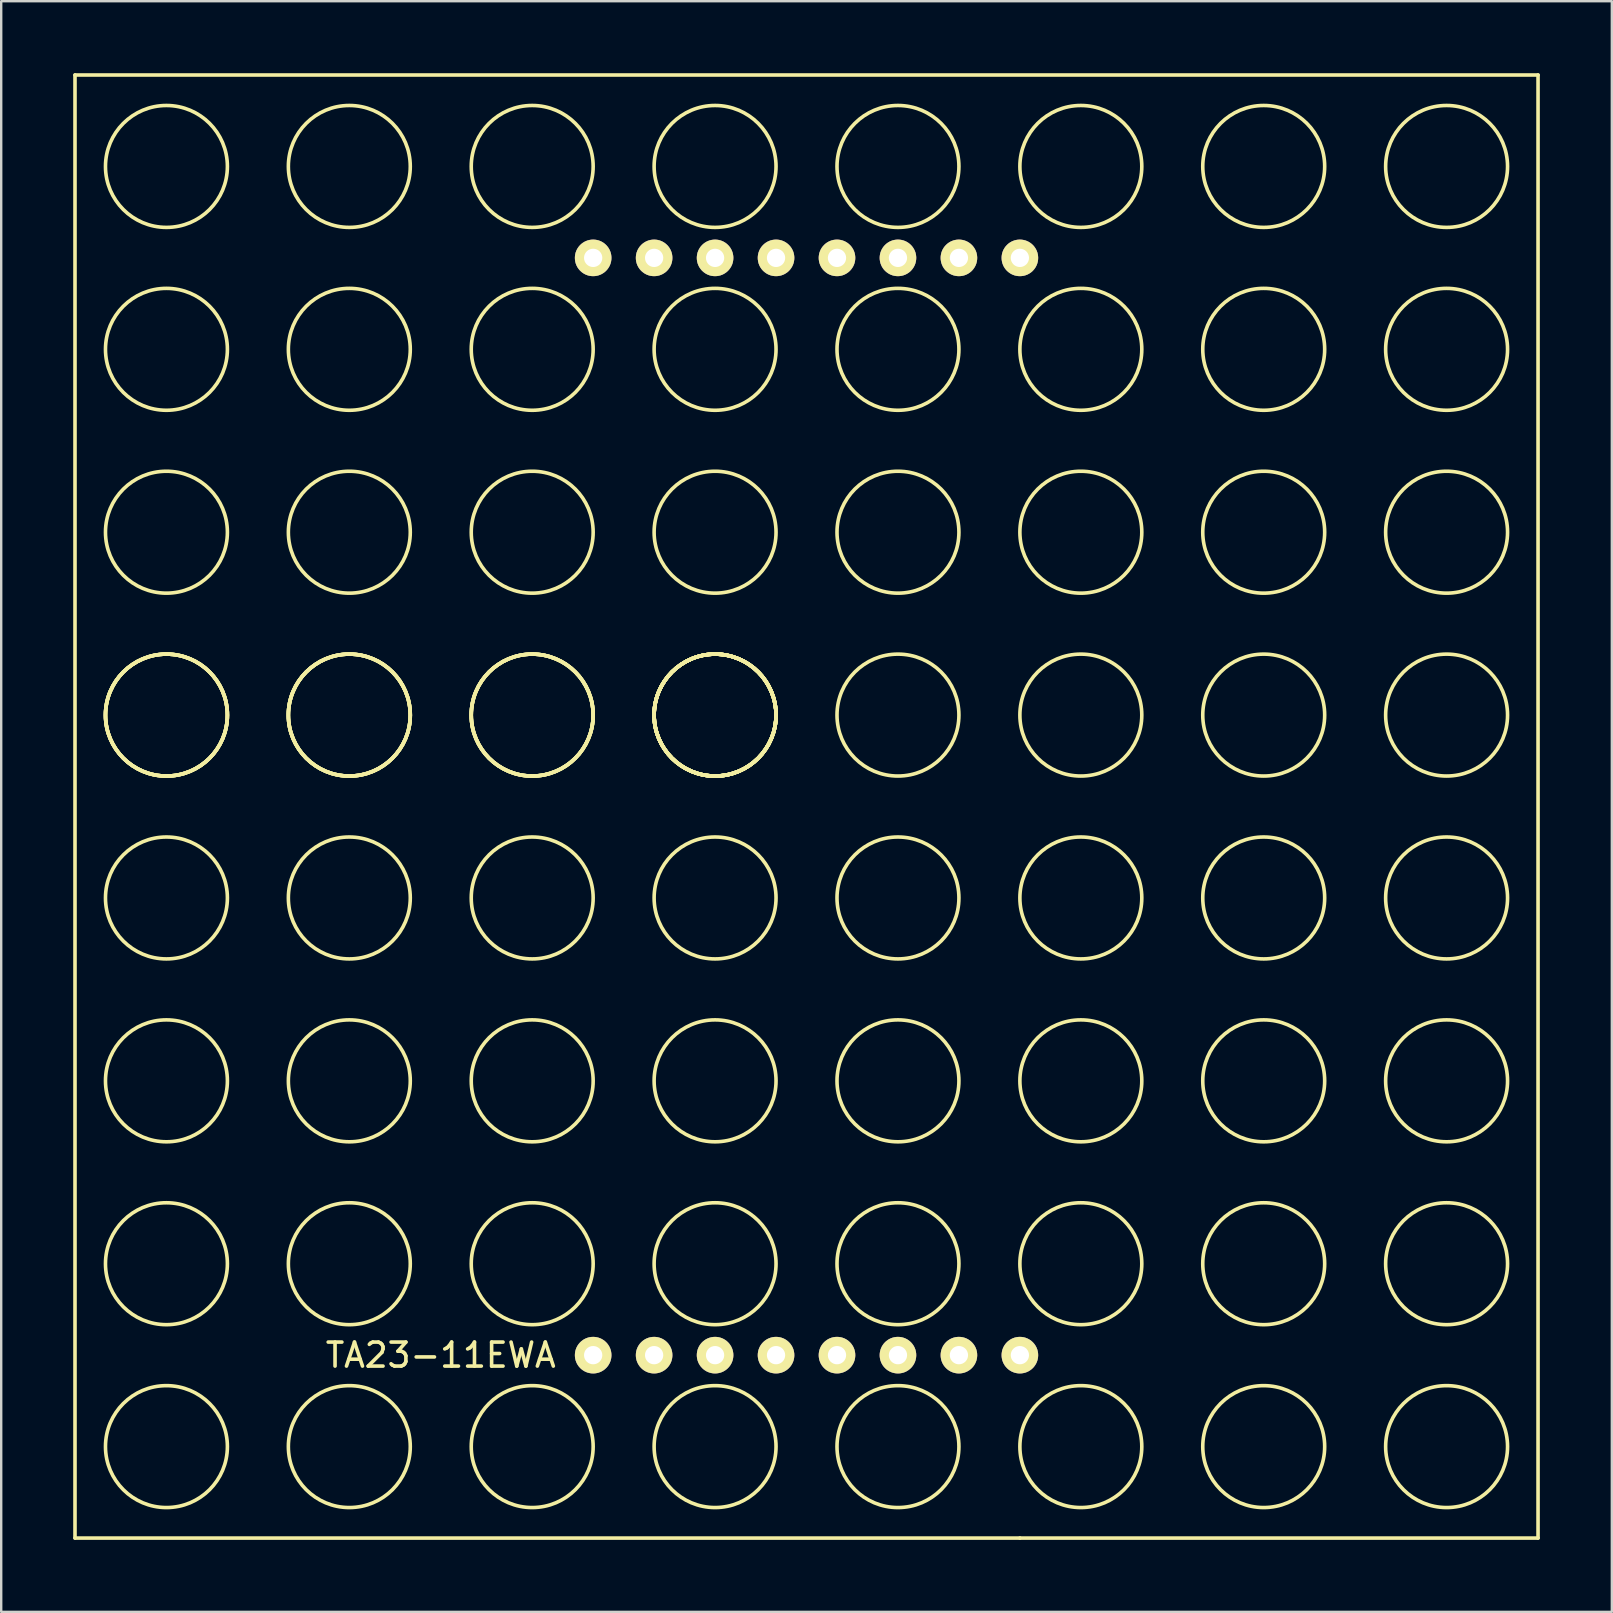
<source format=kicad_pcb>
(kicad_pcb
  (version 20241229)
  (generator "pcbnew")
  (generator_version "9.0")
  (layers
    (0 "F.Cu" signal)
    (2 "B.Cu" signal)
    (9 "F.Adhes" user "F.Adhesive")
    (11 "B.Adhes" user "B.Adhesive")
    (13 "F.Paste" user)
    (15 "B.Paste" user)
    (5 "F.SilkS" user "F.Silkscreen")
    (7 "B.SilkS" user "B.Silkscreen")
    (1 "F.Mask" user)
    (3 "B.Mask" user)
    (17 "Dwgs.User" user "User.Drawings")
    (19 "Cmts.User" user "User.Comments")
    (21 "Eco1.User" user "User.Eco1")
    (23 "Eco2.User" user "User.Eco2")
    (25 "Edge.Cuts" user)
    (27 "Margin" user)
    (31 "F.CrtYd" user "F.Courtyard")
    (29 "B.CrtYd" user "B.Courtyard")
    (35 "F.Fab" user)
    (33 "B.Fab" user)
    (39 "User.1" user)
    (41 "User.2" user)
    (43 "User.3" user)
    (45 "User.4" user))
  (footprint "TA23-11EWA"
    (layer "F.Cu")
    (at 30.555 30.555)
    (property "Reference" "TA23-11EWA" (at -15.24 22.86 0) (layer "F.SilkS") (effects (font (size 1 1) (thickness 0.15))))
    (attr through_hole)
    (fp_line (start -30.48 -30.48) (end 30.48 -30.48) (stroke (width 0.15) (type solid)) (layer "F.SilkS"))
    (fp_line (start -30.48 30.48) (end -30.48 -30.48) (stroke (width 0.15) (type solid)) (layer "F.SilkS"))
    (fp_line (start 8.89 30.48) (end -30.48 30.48) (stroke (width 0.15) (type solid)) (layer "F.SilkS"))
    (fp_line (start 30.48 -30.48) (end 30.48 30.48) (stroke (width 0.15) (type solid)) (layer "F.SilkS"))
    (fp_line (start 30.48 30.48) (end 8.89 30.48) (stroke (width 0.15) (type solid)) (layer "F.SilkS"))
    (fp_circle (center -26.67 -26.67) (end -26.67 -24.13) (stroke (width 0.15) (type solid)) (fill no) (layer "F.SilkS"))
    (fp_circle (center -26.67 -19.05) (end -26.67 -16.51) (stroke (width 0.15) (type solid)) (fill no) (layer "F.SilkS"))
    (fp_circle (center -26.67 -11.43) (end -26.67 -8.89) (stroke (width 0.15) (type solid)) (fill no) (layer "F.SilkS"))
    (fp_circle (center -26.67 -3.81) (end -29.21 -3.81) (stroke (width 0.15) (type solid)) (fill no) (layer "F.SilkS"))
    (fp_circle (center -26.67 -3.81) (end -29.21 -3.81) (stroke (width 0.15) (type solid)) (fill no) (layer "F.SilkS"))
    (fp_circle (center -26.67 -3.81) (end -29.21 -3.81) (stroke (width 0.15) (type solid)) (fill no) (layer "F.SilkS"))
    (fp_circle (center -26.67 -3.81) (end -29.21 -3.81) (stroke (width 0.15) (type solid)) (fill no) (layer "F.SilkS"))
    (fp_circle (center -26.67 3.81) (end -26.67 6.35) (stroke (width 0.15) (type solid)) (fill no) (layer "F.SilkS"))
    (fp_circle (center -26.67 11.43) (end -26.67 13.97) (stroke (width 0.15) (type solid)) (fill no) (layer "F.SilkS"))
    (fp_circle (center -26.67 19.05) (end -26.67 21.59) (stroke (width 0.15) (type solid)) (fill no) (layer "F.SilkS"))
    (fp_circle (center -26.67 26.67) (end -26.67 29.21) (stroke (width 0.15) (type solid)) (fill no) (layer "F.SilkS"))
    (fp_circle (center -19.05 -26.67) (end -19.05 -24.13) (stroke (width 0.15) (type solid)) (fill no) (layer "F.SilkS"))
    (fp_circle (center -19.05 -19.05) (end -19.05 -16.51) (stroke (width 0.15) (type solid)) (fill no) (layer "F.SilkS"))
    (fp_circle (center -19.05 -11.43) (end -19.05 -8.89) (stroke (width 0.15) (type solid)) (fill no) (layer "F.SilkS"))
    (fp_circle (center -19.05 -3.81) (end -21.59 -3.81) (stroke (width 0.15) (type solid)) (fill no) (layer "F.SilkS"))
    (fp_circle (center -19.05 -3.81) (end -21.59 -3.81) (stroke (width 0.15) (type solid)) (fill no) (layer "F.SilkS"))
    (fp_circle (center -19.05 -3.81) (end -21.59 -3.81) (stroke (width 0.15) (type solid)) (fill no) (layer "F.SilkS"))
    (fp_circle (center -19.05 -3.81) (end -21.59 -3.81) (stroke (width 0.15) (type solid)) (fill no) (layer "F.SilkS"))
    (fp_circle (center -19.05 3.81) (end -19.05 1.27) (stroke (width 0.15) (type solid)) (fill no) (layer "F.SilkS"))
    (fp_circle (center -19.05 11.43) (end -19.05 8.89) (stroke (width 0.15) (type solid)) (fill no) (layer "F.SilkS"))
    (fp_circle (center -19.05 19.05) (end -19.05 16.51) (stroke (width 0.15) (type solid)) (fill no) (layer "F.SilkS"))
    (fp_circle (center -19.05 26.67) (end -19.05 24.13) (stroke (width 0.15) (type solid)) (fill no) (layer "F.SilkS"))
    (fp_circle (center -11.43 -26.67) (end -11.43 -24.13) (stroke (width 0.15) (type solid)) (fill no) (layer "F.SilkS"))
    (fp_circle (center -11.43 -19.05) (end -11.43 -16.51) (stroke (width 0.15) (type solid)) (fill no) (layer "F.SilkS"))
    (fp_circle (center -11.43 -11.43) (end -11.43 -8.89) (stroke (width 0.15) (type solid)) (fill no) (layer "F.SilkS"))
    (fp_circle (center -11.43 -3.81) (end -8.89 -3.81) (stroke (width 0.15) (type solid)) (fill no) (layer "F.SilkS"))
    (fp_circle (center -11.43 -3.81) (end -8.89 -3.81) (stroke (width 0.15) (type solid)) (fill no) (layer "F.SilkS"))
    (fp_circle (center -11.43 -3.81) (end -8.89 -3.81) (stroke (width 0.15) (type solid)) (fill no) (layer "F.SilkS"))
    (fp_circle (center -11.43 -3.81) (end -8.89 -3.81) (stroke (width 0.15) (type solid)) (fill no) (layer "F.SilkS"))
    (fp_circle (center -11.43 3.81) (end -11.43 1.27) (stroke (width 0.15) (type solid)) (fill no) (layer "F.SilkS"))
    (fp_circle (center -11.43 11.43) (end -11.43 8.89) (stroke (width 0.15) (type solid)) (fill no) (layer "F.SilkS"))
    (fp_circle (center -11.43 19.05) (end -11.43 16.51) (stroke (width 0.15) (type solid)) (fill no) (layer "F.SilkS"))
    (fp_circle (center -11.43 26.67) (end -11.43 24.13) (stroke (width 0.15) (type solid)) (fill no) (layer "F.SilkS"))
    (fp_circle (center -3.81 -26.67) (end -3.81 -24.13) (stroke (width 0.15) (type solid)) (fill no) (layer "F.SilkS"))
    (fp_circle (center -3.81 -19.05) (end -3.81 -16.51) (stroke (width 0.15) (type solid)) (fill no) (layer "F.SilkS"))
    (fp_circle (center -3.81 -11.43) (end -3.81 -8.89) (stroke (width 0.15) (type solid)) (fill no) (layer "F.SilkS"))
    (fp_circle (center -3.81 -3.81) (end -6.35 -3.81) (stroke (width 0.15) (type solid)) (fill no) (layer "F.SilkS"))
    (fp_circle (center -3.81 -3.81) (end -6.35 -3.81) (stroke (width 0.15) (type solid)) (fill no) (layer "F.SilkS"))
    (fp_circle (center -3.81 -3.81) (end -6.35 -3.81) (stroke (width 0.15) (type solid)) (fill no) (layer "F.SilkS"))
    (fp_circle (center -3.81 -3.81) (end -6.35 -3.81) (stroke (width 0.15) (type solid)) (fill no) (layer "F.SilkS"))
    (fp_circle (center -3.81 -3.81) (end -6.35 -3.81) (stroke (width 0.15) (type solid)) (fill no) (layer "F.SilkS"))
    (fp_circle (center -3.81 -3.81) (end -6.35 -3.81) (stroke (width 0.15) (type solid)) (fill no) (layer "F.SilkS"))
    (fp_circle (center -3.81 -3.81) (end -6.35 -3.81) (stroke (width 0.15) (type solid)) (fill no) (layer "F.SilkS"))
    (fp_circle (center -3.81 -3.81) (end -6.35 -3.81) (stroke (width 0.15) (type solid)) (fill no) (layer "F.SilkS"))
    (fp_circle (center -3.81 3.81) (end -3.81 1.27) (stroke (width 0.15) (type solid)) (fill no) (layer "F.SilkS"))
    (fp_circle (center -3.81 11.43) (end -3.81 8.89) (stroke (width 0.15) (type solid)) (fill no) (layer "F.SilkS"))
    (fp_circle (center -3.81 19.05) (end -3.81 16.51) (stroke (width 0.15) (type solid)) (fill no) (layer "F.SilkS"))
    (fp_circle (center -3.81 26.67) (end -3.81 24.13) (stroke (width 0.15) (type solid)) (fill no) (layer "F.SilkS"))
    (fp_circle (center 3.81 -26.67) (end 3.81 -24.13) (stroke (width 0.15) (type solid)) (fill no) (layer "F.SilkS"))
    (fp_circle (center 3.81 -19.05) (end 3.81 -16.51) (stroke (width 0.15) (type solid)) (fill no) (layer "F.SilkS"))
    (fp_circle (center 3.81 -11.43) (end 3.81 -8.89) (stroke (width 0.15) (type solid)) (fill no) (layer "F.SilkS"))
    (fp_circle (center 3.81 -3.81) (end 3.81 -1.27) (stroke (width 0.15) (type solid)) (fill no) (layer "F.SilkS"))
    (fp_circle (center 3.81 3.81) (end 3.81 1.27) (stroke (width 0.15) (type solid)) (fill no) (layer "F.SilkS"))
    (fp_circle (center 3.81 11.43) (end 3.81 8.89) (stroke (width 0.15) (type solid)) (fill no) (layer "F.SilkS"))
    (fp_circle (center 3.81 19.05) (end 3.81 16.51) (stroke (width 0.15) (type solid)) (fill no) (layer "F.SilkS"))
    (fp_circle (center 3.81 26.67) (end 3.81 24.13) (stroke (width 0.15) (type solid)) (fill no) (layer "F.SilkS"))
    (fp_circle (center 11.43 -26.67) (end 11.43 -24.13) (stroke (width 0.15) (type solid)) (fill no) (layer "F.SilkS"))
    (fp_circle (center 11.43 -19.05) (end 11.43 -16.51) (stroke (width 0.15) (type solid)) (fill no) (layer "F.SilkS"))
    (fp_circle (center 11.43 -11.43) (end 11.43 -8.89) (stroke (width 0.15) (type solid)) (fill no) (layer "F.SilkS"))
    (fp_circle (center 11.43 -3.81) (end 11.43 -1.27) (stroke (width 0.15) (type solid)) (fill no) (layer "F.SilkS"))
    (fp_circle (center 11.43 3.81) (end 11.43 1.27) (stroke (width 0.15) (type solid)) (fill no) (layer "F.SilkS"))
    (fp_circle (center 11.43 11.43) (end 11.43 8.89) (stroke (width 0.15) (type solid)) (fill no) (layer "F.SilkS"))
    (fp_circle (center 11.43 19.05) (end 11.43 16.51) (stroke (width 0.15) (type solid)) (fill no) (layer "F.SilkS"))
    (fp_circle (center 11.43 26.67) (end 11.43 24.13) (stroke (width 0.15) (type solid)) (fill no) (layer "F.SilkS"))
    (fp_circle (center 19.05 -26.67) (end 19.05 -24.13) (stroke (width 0.15) (type solid)) (fill no) (layer "F.SilkS"))
    (fp_circle (center 19.05 -19.05) (end 19.05 -16.51) (stroke (width 0.15) (type solid)) (fill no) (layer "F.SilkS"))
    (fp_circle (center 19.05 -11.43) (end 19.05 -8.89) (stroke (width 0.15) (type solid)) (fill no) (layer "F.SilkS"))
    (fp_circle (center 19.05 -3.81) (end 19.05 -1.27) (stroke (width 0.15) (type solid)) (fill no) (layer "F.SilkS"))
    (fp_circle (center 19.05 3.81) (end 19.05 1.27) (stroke (width 0.15) (type solid)) (fill no) (layer "F.SilkS"))
    (fp_circle (center 19.05 11.43) (end 19.05 8.89) (stroke (width 0.15) (type solid)) (fill no) (layer "F.SilkS"))
    (fp_circle (center 19.05 19.05) (end 19.05 16.51) (stroke (width 0.15) (type solid)) (fill no) (layer "F.SilkS"))
    (fp_circle (center 19.05 26.67) (end 19.05 24.13) (stroke (width 0.15) (type solid)) (fill no) (layer "F.SilkS"))
    (fp_circle (center 26.67 -26.67) (end 26.67 -24.13) (stroke (width 0.15) (type solid)) (fill no) (layer "F.SilkS"))
    (fp_circle (center 26.67 -19.05) (end 26.67 -16.51) (stroke (width 0.15) (type solid)) (fill no) (layer "F.SilkS"))
    (fp_circle (center 26.67 -11.43) (end 26.67 -8.89) (stroke (width 0.15) (type solid)) (fill no) (layer "F.SilkS"))
    (fp_circle (center 26.67 -3.81) (end 26.67 -1.27) (stroke (width 0.15) (type solid)) (fill no) (layer "F.SilkS"))
    (fp_circle (center 26.67 3.81) (end 26.67 1.27) (stroke (width 0.15) (type solid)) (fill no) (layer "F.SilkS"))
    (fp_circle (center 26.67 11.43) (end 26.67 8.89) (stroke (width 0.15) (type solid)) (fill no) (layer "F.SilkS"))
    (fp_circle (center 26.67 19.05) (end 26.67 16.51) (stroke (width 0.15) (type solid)) (fill no) (layer "F.SilkS"))
    (fp_circle (center 26.67 26.67) (end 26.67 24.13) (stroke (width 0.15) (type solid)) (fill no) (layer "F.SilkS"))
    (pad "1" thru_hole circle (at -8.89 22.86) (size 1.524 1.524) (drill 0.762) (layers "*.Cu" "*.Mask" "F.SilkS"))
    (pad "2" thru_hole circle (at -6.35 22.86) (size 1.524 1.524) (drill 0.762) (layers "*.Cu" "*.Mask" "F.SilkS"))
    (pad "3" thru_hole circle (at -3.81 22.86) (size 1.524 1.524) (drill 0.762) (layers "*.Cu" "*.Mask" "F.SilkS"))
    (pad "4" thru_hole circle (at -1.27 22.86) (size 1.524 1.524) (drill 0.762) (layers "*.Cu" "*.Mask" "F.SilkS"))
    (pad "5" thru_hole circle (at 1.27 22.86) (size 1.524 1.524) (drill 0.762) (layers "*.Cu" "*.Mask" "F.SilkS"))
    (pad "6" thru_hole circle (at 3.81 22.86) (size 1.524 1.524) (drill 0.762) (layers "*.Cu" "*.Mask" "F.SilkS"))
    (pad "7" thru_hole circle (at 6.35 22.86) (size 1.524 1.524) (drill 0.762) (layers "*.Cu" "*.Mask" "F.SilkS"))
    (pad "8" thru_hole circle (at 8.89 22.86) (size 1.524 1.524) (drill 0.762) (layers "*.Cu" "*.Mask" "F.SilkS"))
    (pad "9" thru_hole circle (at 8.89 -22.86) (size 1.524 1.524) (drill 0.762) (layers "*.Cu" "*.Mask" "F.SilkS"))
    (pad "10" thru_hole circle (at 6.35 -22.86) (size 1.524 1.524) (drill 0.762) (layers "*.Cu" "*.Mask" "F.SilkS"))
    (pad "11" thru_hole circle (at 3.81 -22.86) (size 1.524 1.524) (drill 0.762) (layers "*.Cu" "*.Mask" "F.SilkS"))
    (pad "12" thru_hole circle (at 1.27 -22.86) (size 1.524 1.524) (drill 0.762) (layers "*.Cu" "*.Mask" "F.SilkS"))
    (pad "13" thru_hole circle (at -1.27 -22.86) (size 1.524 1.524) (drill 0.762) (layers "*.Cu" "*.Mask" "F.SilkS"))
    (pad "14" thru_hole circle (at -3.81 -22.86) (size 1.524 1.524) (drill 0.762) (layers "*.Cu" "*.Mask" "F.SilkS"))
    (pad "15" thru_hole circle (at -6.35 -22.86) (size 1.524 1.524) (drill 0.762) (layers "*.Cu" "*.Mask" "F.SilkS"))
    (pad "16" thru_hole circle (at -8.89 -22.86) (size 1.524 1.524) (drill 0.762) (layers "*.Cu" "*.Mask" "F.SilkS")))
  (gr_rect
    (start -3 -3)
    (end 64.11 64.11)
    (stroke (width 0.1) (type default))
    (fill no)
    (layer "Edge.Cuts")))
</source>
